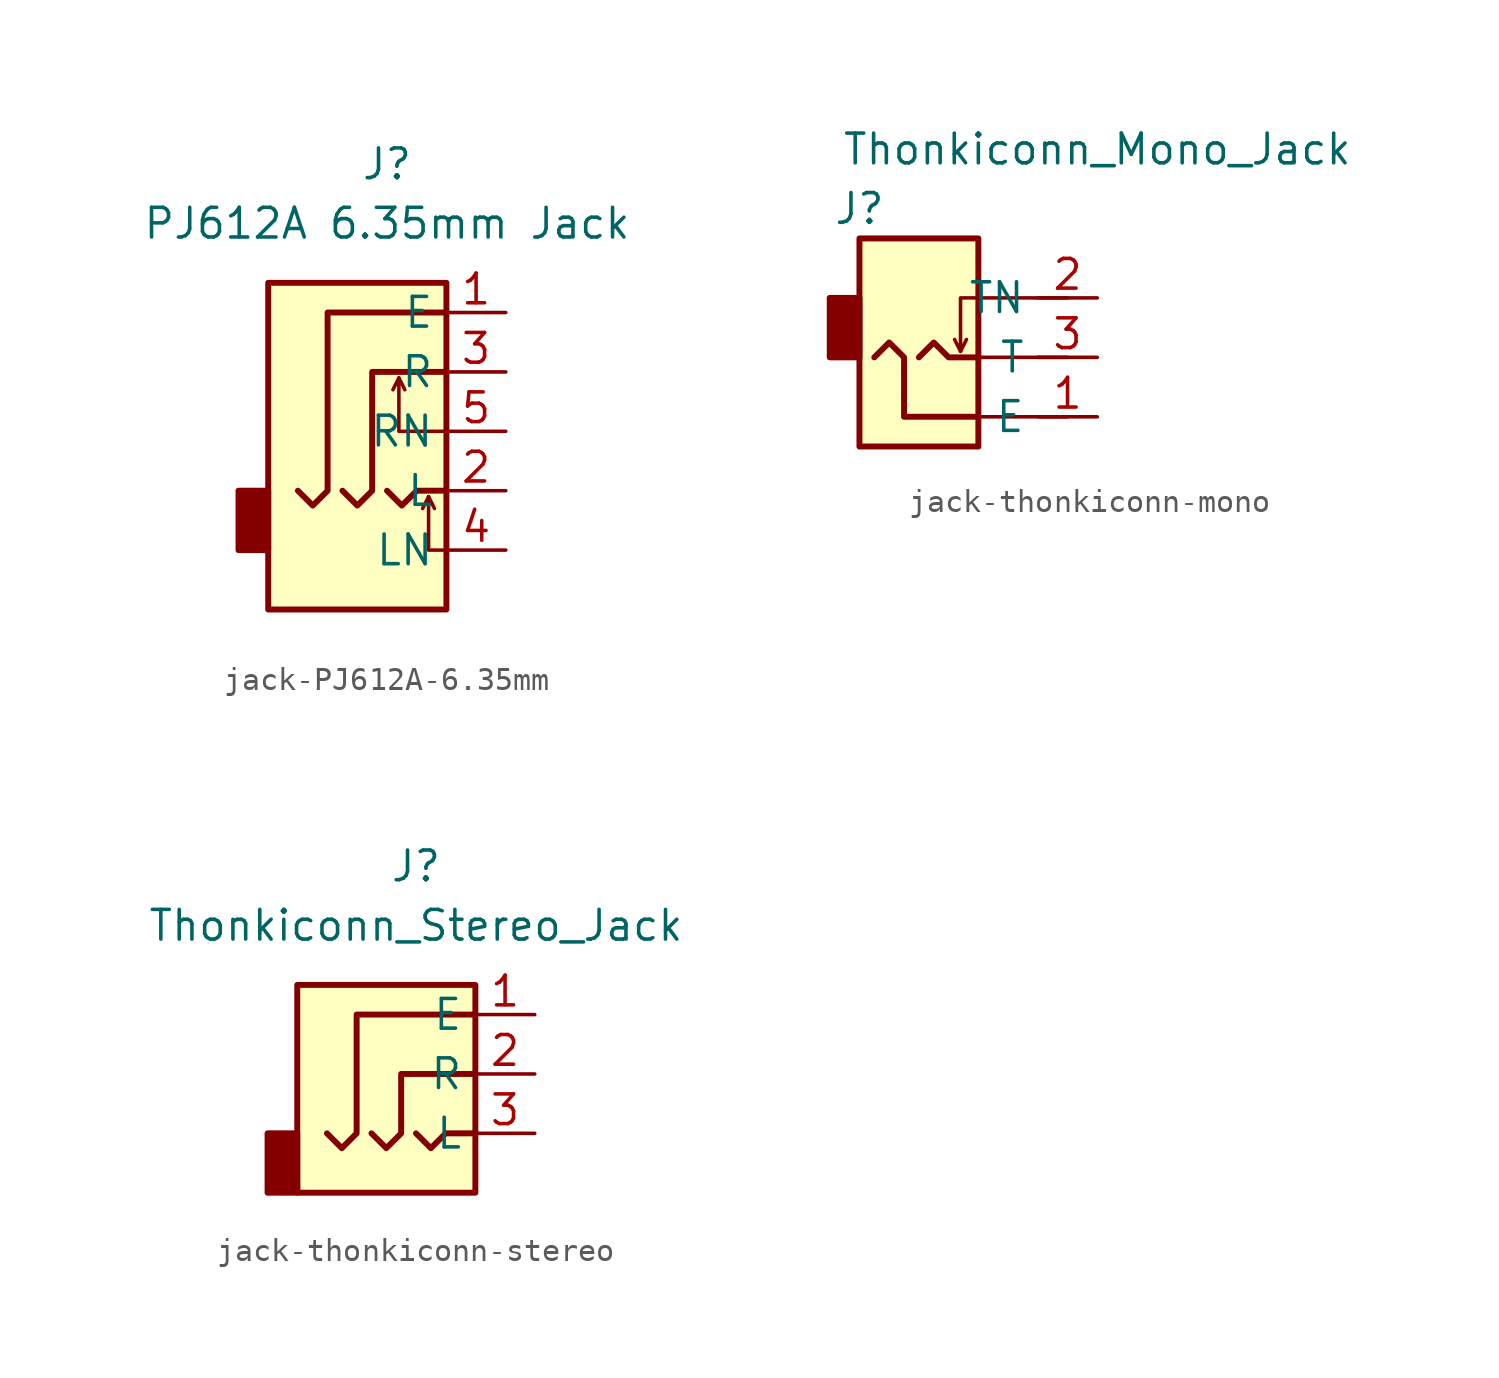
<source format=kicad_sym>
(kicad_symbol_lib
  (version 20220914)
  (generator kicad_symbol_editor)
  (symbol "jack-PJ612A-6.35mm"
    (property "Reference" "J"
      (at 0 8.89 0)
      (effects (font (size 1.27 1.27))))
    (property "Value" "PJ612A 6.35mm Jack"
      (at 0 6.35 0)
      (effects (font (size 1.27 1.27))))
    (symbol "jack-PJ612A-6.35mm_0_1"
      (rectangle (start -5.08 -5.08) (end -6.35 -7.62) (stroke (width 0.254) (type default)) (fill (type outline)))
      (polyline (pts (xy 0.508 -0.254) (xy 0.762 -0.762)) (stroke (width 0) (type default)) (fill (type none)))
      (polyline (pts (xy 1.778 -5.334) (xy 2.032 -5.842)) (stroke (width 0) (type default)) (fill (type none)))
      (polyline (pts (xy 0 -5.08) (xy 0.635 -5.715) (xy 1.27 -5.08) (xy 2.54 -5.08)) (stroke (width 0.254) (type default)) (fill (type none)))
      (polyline (pts (xy 2.54 -7.62) (xy 1.778 -7.62) (xy 1.778 -5.334) (xy 1.524 -5.842)) (stroke (width 0) (type default)) (fill (type none)))
      (polyline (pts (xy 2.54 -2.54) (xy 0.508 -2.54) (xy 0.508 -0.254) (xy 0.254 -0.762)) (stroke (width 0) (type default)) (fill (type none)))
      (polyline (pts (xy -1.905 -5.08) (xy -1.27 -5.715) (xy -0.635 -5.08) (xy -0.635 0) (xy 2.54 0)) (stroke (width 0.254) (type default)) (fill (type none)))
      (polyline (pts (xy 2.54 2.54) (xy -2.54 2.54) (xy -2.54 -5.08) (xy -3.175 -5.715) (xy -3.81 -5.08)) (stroke (width 0.254) (type default)) (fill (type none)))
      (rectangle (start 2.54 3.81) (end -5.08 -10.16) (stroke (width 0.254) (type default)) (fill (type background))))
    (symbol "jack-PJ612A-6.35mm_1_1"
      (pin passive line (at 5.08 2.54 180) (length 2.54) (name "E" (effects (font (size 1.27 1.27)))) (number "1" (effects (font (size 1.27 1.27)))))
      (pin passive line (at 5.08 -5.08 180) (length 2.54) (name "L" (effects (font (size 1.27 1.27)))) (number "2" (effects (font (size 1.27 1.27)))))
      (pin passive line (at 5.08 0 180) (length 2.54) (name "R" (effects (font (size 1.27 1.27)))) (number "3" (effects (font (size 1.27 1.27)))))
      (pin passive line (at 5.08 -7.62 180) (length 2.54) (name "LN" (effects (font (size 1.27 1.27)))) (number "4" (effects (font (size 1.27 1.27)))))
      (pin passive line (at 5.08 -2.54 180) (length 2.54) (name "RN" (effects (font (size 1.27 1.27)))) (number "5" (effects (font (size 1.27 1.27)))))))
  (symbol "jack-thonkiconn-mono"
    (property "Reference" "J"
      (at 0 1.27 0)
      (effects (font (size 1.27 1.27))))
    (property "Value" "Thonkiconn_Mono_Jack"
      (at 10.16 3.81 0)
      (effects (font (size 1.27 1.27))))
    (symbol "jack-thonkiconn-mono_0_1"
      (rectangle (start -1.27 -2.54) (end 0 -5.08) (stroke (width 0.254) (type default)) (fill (type outline)))
      (polyline (pts (xy 4.318 -4.826) (xy 4.572 -4.318)) (stroke (width 0) (type default)) (fill (type none)))
      (polyline (pts (xy 8.89 -7.62) (xy 5.08 -7.62)) (stroke (width 0) (type default)) (fill (type none)))
      (polyline (pts (xy 8.89 -5.08) (xy 5.08 -5.08)) (stroke (width 0) (type default)) (fill (type none)))
      (polyline (pts (xy 2.54 -5.08) (xy 3.175 -4.445) (xy 3.81 -5.08) (xy 5.08 -5.08)) (stroke (width 0.254) (type default)) (fill (type none)))
      (polyline (pts (xy 8.89 -2.54) (xy 4.318 -2.54) (xy 4.318 -4.826) (xy 4.064 -4.318)) (stroke (width 0) (type default)) (fill (type none)))
      (polyline (pts (xy 5.08 -7.62) (xy 1.905 -7.62) (xy 1.905 -5.08) (xy 1.27 -4.445) (xy 0.635 -5.08)) (stroke (width 0.254) (type default)) (fill (type none)))
      (rectangle (start 0 0) (end 5.08 -8.89) (stroke (width 0.254) (type default)) (fill (type background))))
    (symbol "jack-thonkiconn-mono_1_1"
      (pin passive line (at 10.16 -7.62 180) (length 2.54) (name "E" (effects (font (size 1.27 1.27)))) (number "1" (effects (font (size 1.27 1.27)))))
      (pin passive line (at 10.16 -2.54 180) (length 2.54) (name "TN" (effects (font (size 1.27 1.27)))) (number "2" (effects (font (size 1.27 1.27)))))
      (pin passive line (at 10.16 -5.08 180) (length 2.54) (name "T" (effects (font (size 1.27 1.27)))) (number "3" (effects (font (size 1.27 1.27)))))))
  (symbol "jack-thonkiconn-stereo"
    (property "Reference" "J"
      (at 0 8.89 0)
      (effects (font (size 1.27 1.27))))
    (property "Value" "Thonkiconn_Stereo_Jack"
      (at 0 6.35 0)
      (effects (font (size 1.27 1.27))))
    (symbol "jack-thonkiconn-stereo_0_1"
      (rectangle (start -5.08 -5.08) (end -6.35 -2.54) (stroke (width 0.254) (type default)) (fill (type outline)))
      (polyline (pts (xy 0 -2.54) (xy 0.635 -3.175) (xy 1.27 -2.54) (xy 2.54 -2.54)) (stroke (width 0.254) (type default)) (fill (type none)))
      (polyline (pts (xy -1.905 -2.54) (xy -1.27 -3.175) (xy -0.635 -2.54) (xy -0.635 0) (xy 2.54 0)) (stroke (width 0.254) (type default)) (fill (type none)))
      (polyline (pts (xy 2.54 2.54) (xy -2.54 2.54) (xy -2.54 -2.54) (xy -3.175 -3.175) (xy -3.81 -2.54)) (stroke (width 0.254) (type default)) (fill (type none)))
      (rectangle (start 2.54 3.81) (end -5.08 -5.08) (stroke (width 0.254) (type default)) (fill (type background))))
    (symbol "jack-thonkiconn-stereo_1_1"
      (pin passive line (at 5.08 2.54 180) (length 2.54) (name "E" (effects (font (size 1.27 1.27)))) (number "1" (effects (font (size 1.27 1.27)))))
      (pin passive line (at 5.08 0 180) (length 2.54) (name "R" (effects (font (size 1.27 1.27)))) (number "2" (effects (font (size 1.27 1.27)))))
      (pin passive line (at 5.08 -2.54 180) (length 2.54) (name "L" (effects (font (size 1.27 1.27)))) (number "3" (effects (font (size 1.27 1.27))))))))
</source>
